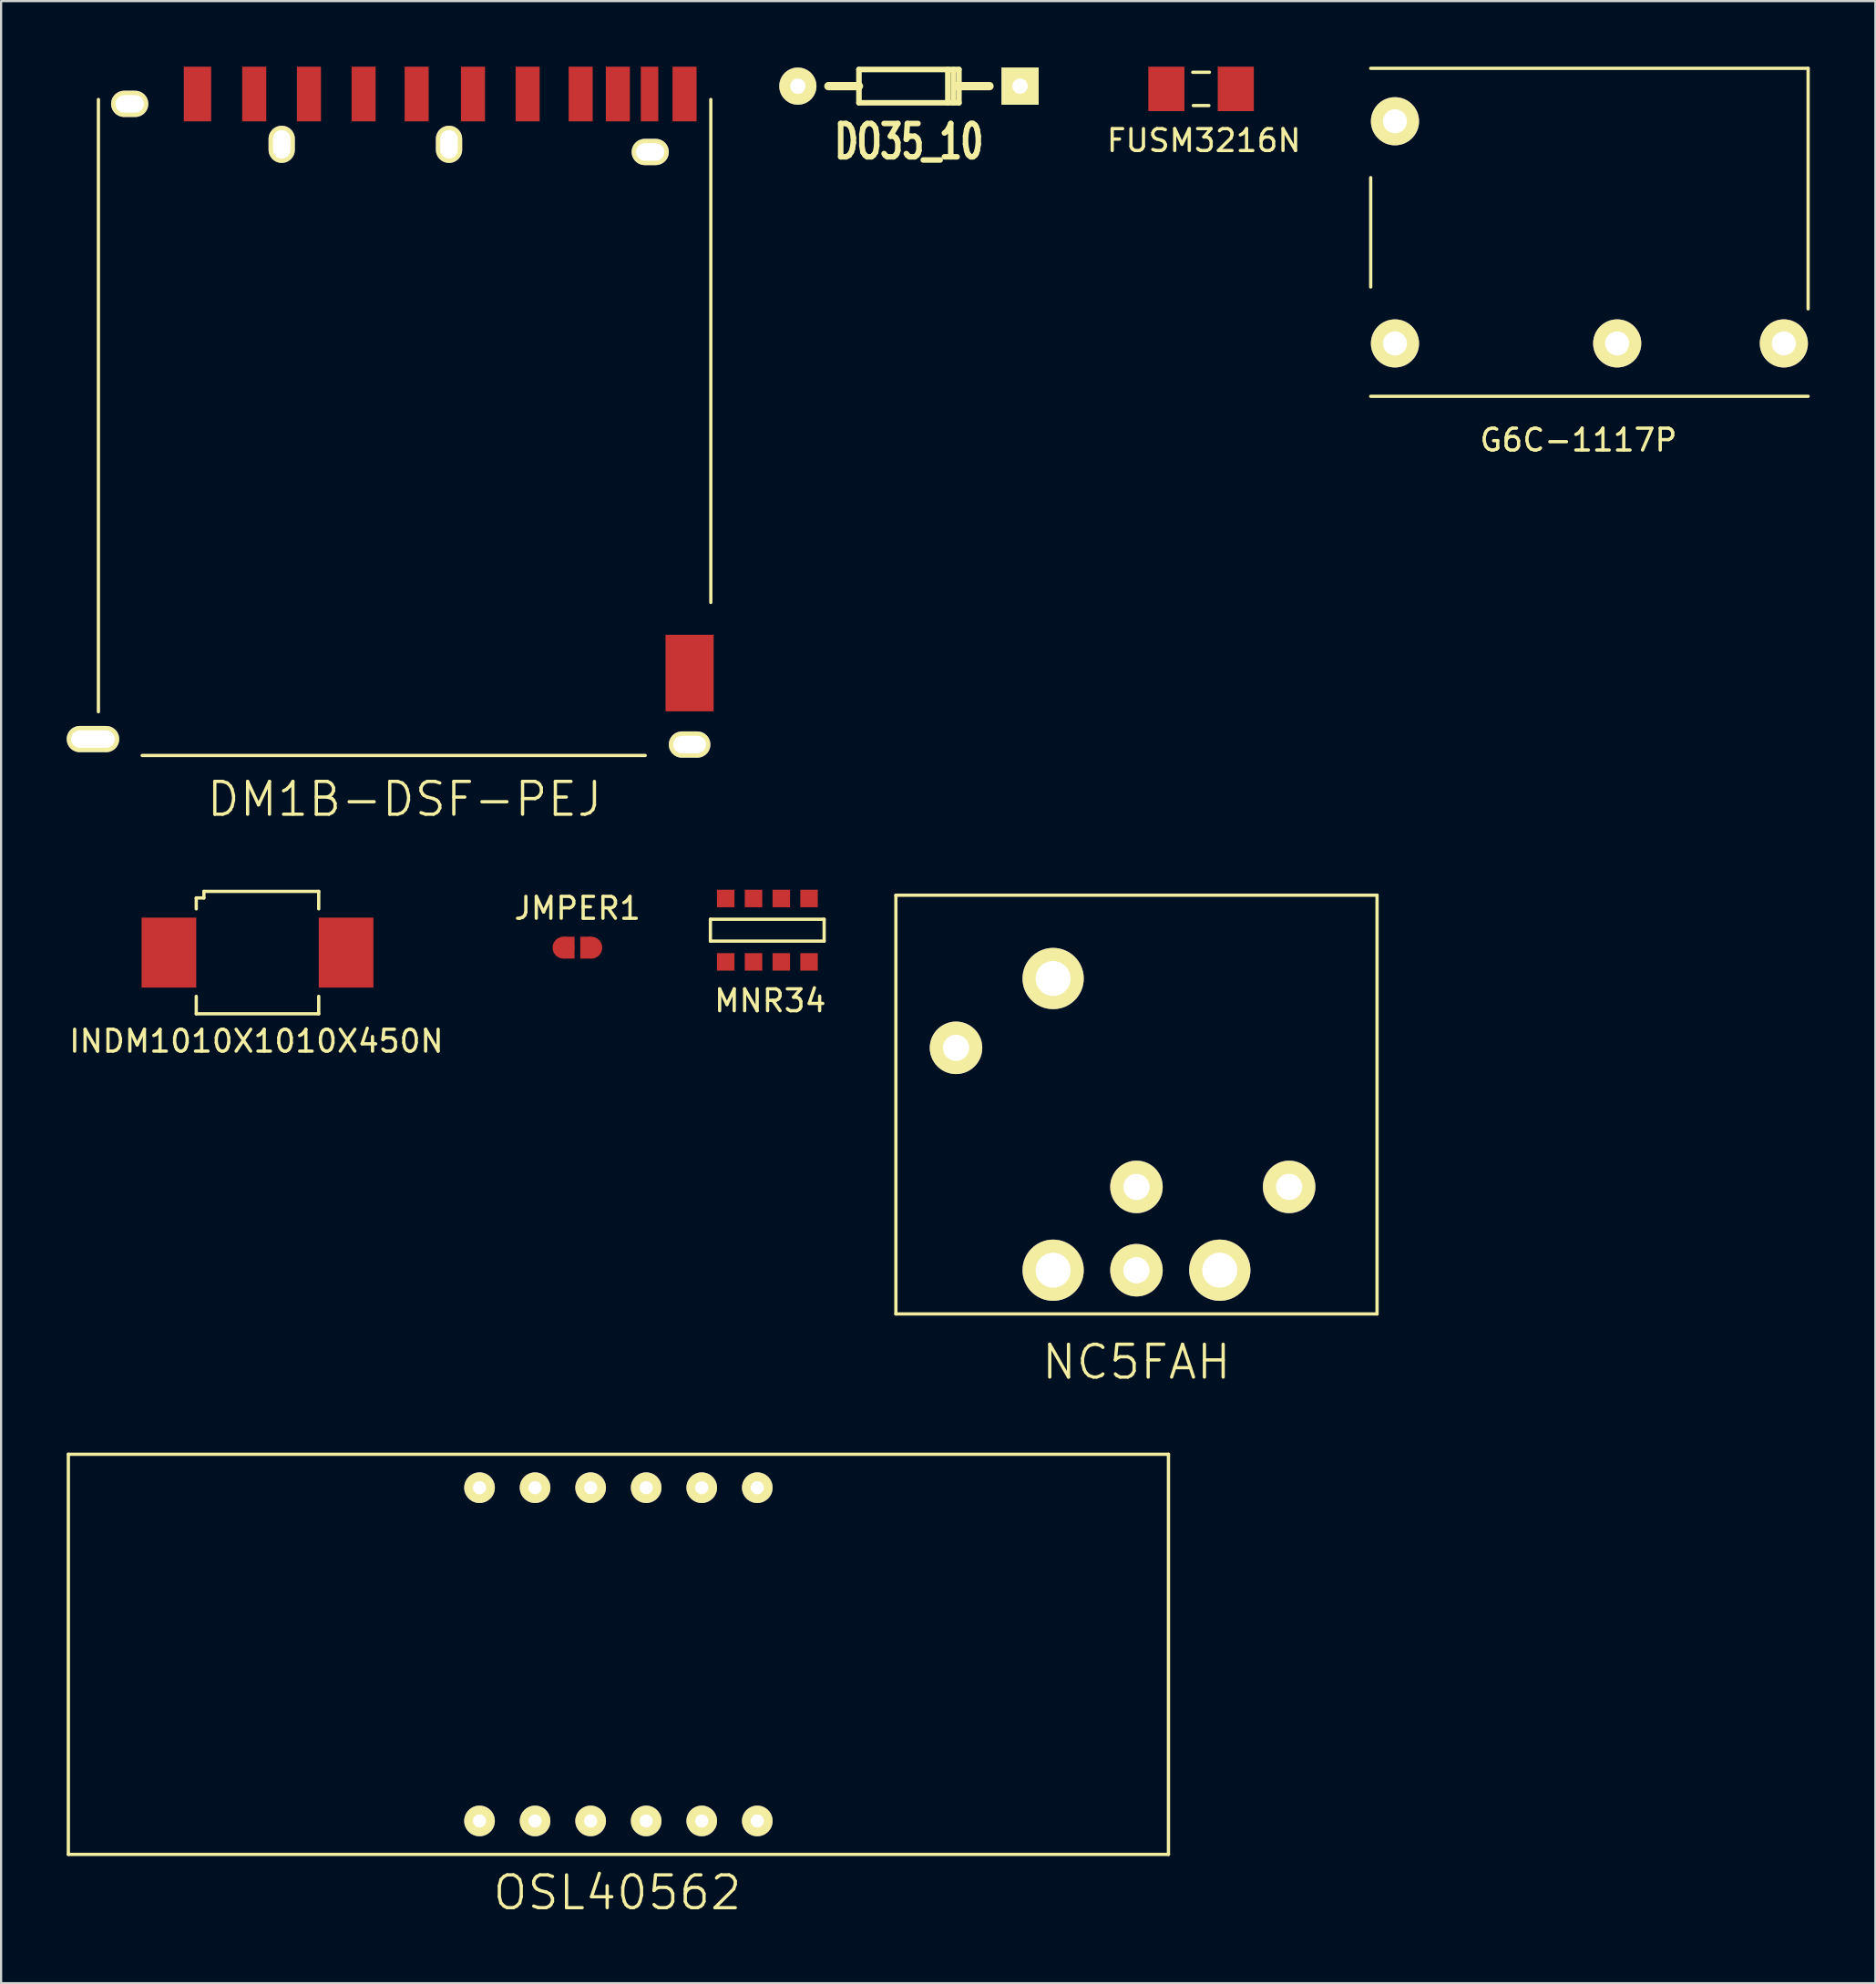
<source format=kicad_pcb>
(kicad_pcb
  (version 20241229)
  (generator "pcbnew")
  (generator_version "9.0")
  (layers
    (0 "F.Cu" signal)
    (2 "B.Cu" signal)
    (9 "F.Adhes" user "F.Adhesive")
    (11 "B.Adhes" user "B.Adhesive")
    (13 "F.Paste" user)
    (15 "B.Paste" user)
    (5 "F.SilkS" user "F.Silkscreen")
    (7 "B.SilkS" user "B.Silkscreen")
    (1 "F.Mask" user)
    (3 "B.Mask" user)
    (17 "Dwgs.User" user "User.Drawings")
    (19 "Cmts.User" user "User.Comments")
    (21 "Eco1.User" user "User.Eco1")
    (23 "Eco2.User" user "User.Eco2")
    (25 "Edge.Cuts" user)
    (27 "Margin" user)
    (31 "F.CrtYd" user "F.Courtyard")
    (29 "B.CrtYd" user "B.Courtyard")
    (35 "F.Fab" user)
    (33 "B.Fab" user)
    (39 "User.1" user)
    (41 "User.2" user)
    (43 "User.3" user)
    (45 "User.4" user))
  (footprint "DM1B-DSF-PEJ"
    (layer "F.Cu")
    (at 15.45 17)
    (property "Reference" "DM1B-DSF-PEJ" (at 0 16.5 0) (layer "F.SilkS") (effects (font (size 1.5 1.5) (thickness 0.15))))
    (attr through_hole)
    (fp_line (start -14 -15.5) (end -14 12.5) (stroke (width 0.15) (type solid)) (layer "F.SilkS"))
    (fp_line (start -12 14.5) (end 11 14.5) (stroke (width 0.15) (type solid)) (layer "F.SilkS"))
    (fp_line (start 14 7.5) (end 14 -15.5) (stroke (width 0.15) (type solid)) (layer "F.SilkS"))
    (pad "" thru_hole oval (at -14.25 13.75 90) (size 1.2 2.4) (drill oval 0.8 2) (layers "*.Cu" "*.Mask" "F.SilkS"))
    (pad "" thru_hole oval (at -12.57 -15.3 90) (size 1.2 1.7) (drill oval 0.8 1.3) (layers "*.Cu" "*.Mask" "F.SilkS"))
    (pad "" thru_hole oval (at -5.62 -13.45) (size 1.2 1.7) (drill oval 0.8 1.3) (layers "*.Cu" "*.Mask" "F.SilkS"))
    (pad "" thru_hole oval (at 2.03 -13.45) (size 1.2 1.7) (drill oval 0.8 1.3) (layers "*.Cu" "*.Mask" "F.SilkS"))
    (pad "" thru_hole oval (at 11.23 -13.1 90) (size 1.2 1.7) (drill oval 0.8 1.3) (layers "*.Cu" "*.Mask" "F.SilkS"))
    (pad "" thru_hole oval (at 13.03 14 90) (size 1.2 1.9) (drill oval 0.8 1.5) (layers "*.Cu" "*.Mask" "F.SilkS"))
    (pad "1" smd rect (at -6.875 -15.75) (size 1.1 2.5) (layers "F.Cu" "F.Mask" "F.Paste"))
    (pad "2" smd rect (at -4.375 -15.75) (size 1.1 2.5) (layers "F.Cu" "F.Mask" "F.Paste"))
    (pad "3" smd rect (at -1.875 -15.75) (size 1.1 2.5) (layers "F.Cu" "F.Mask" "F.Paste"))
    (pad "4" smd rect (at 0.55 -15.75) (size 1.1 2.5) (layers "F.Cu" "F.Mask" "F.Paste"))
    (pad "5" smd rect (at 3.126 -15.75) (size 1.1 2.5) (layers "F.Cu" "F.Mask" "F.Paste"))
    (pad "6" smd rect (at 5.625 -15.75) (size 1.1 2.5) (layers "F.Cu" "F.Mask" "F.Paste"))
    (pad "7" smd rect (at 8.05 -15.75) (size 1.1 2.5) (layers "F.Cu" "F.Mask" "F.Paste"))
    (pad "8" smd rect (at 9.75 -15.75) (size 1.1 2.5) (layers "F.Cu" "F.Mask" "F.Paste"))
    (pad "9" smd rect (at -9.47 -15.75) (size 1.25 2.5) (layers "F.Cu" "F.Mask" "F.Paste"))
    (pad "10" smd rect (at 11.2 -15.75) (size 0.8 2.5) (layers "F.Cu" "F.Mask" "F.Paste"))
    (pad "11" smd rect (at 12.8 -15.75) (size 1.1 2.5) (layers "F.Cu" "F.Mask" "F.Paste"))
    (pad "12" smd rect (at 13.03 10.73) (size 2.2 3.5) (layers "F.Cu" "F.Mask" "F.Paste")))
  (footprint "JMPER1"
    (layer "F.Cu")
    (at 23.351 40.289)
    (property "Reference" "JMPER1" (at 0 -1.8 0) (layer "F.SilkS") (effects (font (size 1 1) (thickness 0.15))))
    (attr through_hole)
    (pad "1" smd oval (at -0.635 0) (size 1 1) (layers "F.Cu" "F.Mask" "F.Paste"))
    (pad "1" smd rect (at -0.381 0) (size 0.5 1) (layers "F.Cu" "F.Mask" "F.Paste"))
    (pad "2" smd rect (at 0.381 0) (size 0.5 1) (layers "F.Cu" "F.Mask" "F.Paste"))
    (pad "2" smd oval (at 0.635 0) (size 1 1) (layers "F.Cu" "F.Mask" "F.Paste")))
  (footprint "DO35_10"
    (layer "F.Cu")
    (at 38.51 0.889)
    (property "Reference" "DO35_10" (at 0 2.54 0) (layer "F.SilkS") (effects (font (size 1.524 1.016) (thickness 0.254))))
    (attr through_hole)
    (fp_line (start -2.286 -0.762) (end 2.286 -0.762) (stroke (width 0.254) (type solid)) (layer "F.SilkS"))
    (fp_line (start -2.286 0) (end -3.683 0) (stroke (width 0.381) (type solid)) (layer "F.SilkS"))
    (fp_line (start -2.286 0.762) (end -2.286 -0.762) (stroke (width 0.254) (type solid)) (layer "F.SilkS"))
    (fp_line (start 1.778 -0.762) (end 1.778 0.762) (stroke (width 0.254) (type solid)) (layer "F.SilkS"))
    (fp_line (start 2.032 -0.762) (end 2.032 0.762) (stroke (width 0.254) (type solid)) (layer "F.SilkS"))
    (fp_line (start 2.159 0) (end 3.683 0) (stroke (width 0.381) (type solid)) (layer "F.SilkS"))
    (fp_line (start 2.286 -0.762) (end 2.286 0) (stroke (width 0.254) (type solid)) (layer "F.SilkS"))
    (fp_line (start 2.286 0) (end 2.286 0.762) (stroke (width 0.254) (type solid)) (layer "F.SilkS"))
    (fp_line (start 2.286 0.762) (end -2.286 0.762) (stroke (width 0.254) (type solid)) (layer "F.SilkS"))
    (pad "1" thru_hole circle (at -5.08 0) (size 1.7 1.7) (drill 0.7) (layers "*.Cu" "*.Mask" "F.SilkS"))
    (pad "2" thru_hole rect (at 5.08 0) (size 1.7 1.7) (drill 0.7) (layers "*.Cu" "*.Mask" "F.SilkS")))
  (footprint "G6C-1117P"
    (layer "F.Cu")
    (at 69.622 7.575)
    (property "Reference" "G6C-1117P" (at -0.5 9.5 0) (layer "F.SilkS") (effects (font (size 1 1) (thickness 0.15))))
    (attr through_hole)
    (fp_line (start -10 -7.5) (end 10 -7.5) (stroke (width 0.15) (type solid)) (layer "F.SilkS"))
    (fp_line (start -10 -2.5) (end -10 2.5) (stroke (width 0.15) (type solid)) (layer "F.SilkS"))
    (fp_line (start -10 7.5) (end 10 7.5) (stroke (width 0.15) (type solid)) (layer "F.SilkS"))
    (fp_line (start 10 -7.5) (end 10 3.5) (stroke (width 0.15) (type solid)) (layer "F.SilkS"))
    (pad "1" thru_hole circle (at -8.89 5.08) (size 2.2 2.2) (drill 1.1) (layers "*.Cu" "*.Mask" "F.SilkS"))
    (pad "3" thru_hole circle (at 1.27 5.08) (size 2.2 2.2) (drill 1.1) (layers "*.Cu" "*.Mask" "F.SilkS"))
    (pad "4" thru_hole circle (at 8.89 5.08) (size 2.2 2.2) (drill 1.1) (layers "*.Cu" "*.Mask" "F.SilkS"))
    (pad "8" thru_hole circle (at -8.89 -5.08) (size 2.2 2.2) (drill 1.1) (layers "*.Cu" "*.Mask" "F.SilkS")))
  (footprint "FUSM3216N"
    (layer "F.Cu")
    (at 51.867 1.016)
    (property "Reference" "FUSM3216N" (at 0.127 2.362 0) (layer "F.SilkS") (effects (font (size 1 1) (thickness 0.15))))
    (attr through_hole)
    (fp_line (start -0.381 -0.762) (end 0.381 -0.762) (stroke (width 0.15) (type solid)) (layer "F.SilkS"))
    (fp_line (start -0.356 0.762) (end 0.356 0.762) (stroke (width 0.15) (type solid)) (layer "F.SilkS"))
    (pad "1" smd rect (at -1.587 0) (size 1.651 2.032) (layers "F.Cu" "F.Mask" "F.Paste"))
    (pad "2" smd rect (at 1.587 0) (size 1.651 2.032) (layers "F.Cu" "F.Mask" "F.Paste")))
  (footprint "INDM1010X1010X450N"
    (layer "F.Cu")
    (at 8.723 40.515)
    (property "Reference" "INDM1010X1010X450N" (at -0.05 4.05 0) (layer "F.SilkS") (effects (font (size 1 1) (thickness 0.15))))
    (attr through_hole)
    (fp_line (start -2.8 -2.5) (end -2.8 -2) (stroke (width 0.15) (type solid)) (layer "F.SilkS"))
    (fp_line (start -2.8 -2.5) (end -2.45 -2.5) (stroke (width 0.15) (type solid)) (layer "F.SilkS"))
    (fp_line (start -2.8 2.8) (end -2.8 2) (stroke (width 0.15) (type solid)) (layer "F.SilkS"))
    (fp_line (start -2.8 2.8) (end 2.8 2.8) (stroke (width 0.15) (type solid)) (layer "F.SilkS"))
    (fp_line (start -2.45 -2.8) (end 2.8 -2.8) (stroke (width 0.15) (type solid)) (layer "F.SilkS"))
    (fp_line (start -2.45 -2.5) (end -2.45 -2.8) (stroke (width 0.15) (type solid)) (layer "F.SilkS"))
    (fp_line (start 2.8 -2.8) (end 2.8 -2) (stroke (width 0.15) (type solid)) (layer "F.SilkS"))
    (fp_line (start 2.8 2.8) (end 2.8 2) (stroke (width 0.15) (type solid)) (layer "F.SilkS"))
    (pad "1" smd rect (at -4.05 0) (size 2.5 3.2) (layers "F.Cu" "F.Mask" "F.Paste"))
    (pad "2" smd rect (at 4.05 0) (size 2.5 3.2) (layers "F.Cu" "F.Mask" "F.Paste")))
  (footprint "NC5FAH"
    (layer "F.Cu")
    (at 48.912 37.89)
    (property "Reference" "NC5FAH" (at 0 21.35 0) (layer "F.SilkS") (effects (font (size 1.5 1.5) (thickness 0.15))))
    (attr through_hole)
    (fp_line (start -11 0) (end -11 19.15) (stroke (width 0.15) (type solid)) (layer "F.SilkS"))
    (fp_line (start -11 0) (end 11 0) (stroke (width 0.15) (type solid)) (layer "F.SilkS"))
    (fp_line (start -11 19.15) (end 11 19.15) (stroke (width 0.15) (type solid)) (layer "F.SilkS"))
    (fp_line (start 11 19.15) (end 11 0) (stroke (width 0.15) (type solid)) (layer "F.SilkS"))
    (pad "1" thru_hole circle (at -3.81 17.15) (size 2.8 2.8) (drill 1.6) (layers "*.Cu" "*.Mask" "F.SilkS"))
    (pad "2" thru_hole circle (at 0 13.34) (size 2.4 2.4) (drill 1.2) (layers "*.Cu" "*.Mask" "F.SilkS"))
    (pad "3" thru_hole circle (at 0 17.15) (size 2.4 2.4) (drill 1.2) (layers "*.Cu" "*.Mask" "F.SilkS"))
    (pad "4" thru_hole circle (at 6.98 13.34) (size 2.4 2.4) (drill 1.2) (layers "*.Cu" "*.Mask" "F.SilkS"))
    (pad "5" thru_hole circle (at 3.81 17.15) (size 2.8 2.8) (drill 1.6) (layers "*.Cu" "*.Mask" "F.SilkS"))
    (pad "6" thru_hole circle (at -8.25 6.98) (size 2.4 2.4) (drill 1.2) (layers "*.Cu" "*.Mask" "F.SilkS"))
    (pad "7" thru_hole circle (at -3.81 3.81) (size 2.8 2.8) (drill 1.6) (layers "*.Cu" "*.Mask" "F.SilkS")))
  (footprint "MNR34"
    (layer "F.Cu")
    (at 32.032 39.49)
    (property "Reference" "MNR34" (at 0.132 3.228 0) (layer "F.SilkS") (effects (font (size 1 1) (thickness 0.15))))
    (attr through_hole)
    (fp_line (start -2.6 -0.5) (end 2.6 -0.5) (stroke (width 0.15) (type solid)) (layer "F.SilkS"))
    (fp_line (start -2.6 0.5) (end -2.6 -0.5) (stroke (width 0.15) (type solid)) (layer "F.SilkS"))
    (fp_line (start 2.6 -0.5) (end 2.6 0.5) (stroke (width 0.15) (type solid)) (layer "F.SilkS"))
    (fp_line (start 2.6 0.5) (end -2.6 0.5) (stroke (width 0.15) (type solid)) (layer "F.SilkS"))
    (pad "1" smd rect (at -1.9 1.45) (size 0.8 0.8) (layers "F.Cu" "F.Mask" "F.Paste"))
    (pad "2" smd rect (at -0.63 1.45) (size 0.8 0.8) (layers "F.Cu" "F.Mask" "F.Paste"))
    (pad "3" smd rect (at 0.64 1.45) (size 0.8 0.8) (layers "F.Cu" "F.Mask" "F.Paste"))
    (pad "4" smd rect (at 1.91 1.45) (size 0.8 0.8) (layers "F.Cu" "F.Mask" "F.Paste"))
    (pad "5" smd rect (at 1.91 -1.45) (size 0.8 0.8) (layers "F.Cu" "F.Mask" "F.Paste"))
    (pad "6" smd rect (at 0.64 -1.45) (size 0.8 0.8) (layers "F.Cu" "F.Mask" "F.Paste"))
    (pad "7" smd rect (at -0.63 -1.45) (size 0.8 0.8) (layers "F.Cu" "F.Mask" "F.Paste"))
    (pad "8" smd rect (at -1.9 -1.45) (size 0.8 0.8) (layers "F.Cu" "F.Mask" "F.Paste")))
  (footprint "OSL40562"
    (layer "F.Cu")
    (at 25.225 72.606)
    (property "Reference" "OSL40562" (at -0.05 10.9 0) (layer "F.SilkS") (effects (font (size 1.5 1.5) (thickness 0.15))))
    (attr through_hole)
    (fp_line (start -25.15 -9.15) (end -25.15 9.15) (stroke (width 0.15) (type solid)) (layer "F.SilkS"))
    (fp_line (start -25.15 -9.15) (end 25.15 -9.15) (stroke (width 0.15) (type solid)) (layer "F.SilkS"))
    (fp_line (start -25.15 9.15) (end 25.15 9.15) (stroke (width 0.15) (type solid)) (layer "F.SilkS"))
    (fp_line (start 25.15 -9.15) (end 25.15 9.15) (stroke (width 0.15) (type solid)) (layer "F.SilkS"))
    (pad "1" thru_hole circle (at -6.35 7.62) (size 1.4 1.4) (drill 0.6) (layers "*.Cu" "*.Mask" "F.SilkS"))
    (pad "2" thru_hole circle (at -3.81 7.62) (size 1.4 1.4) (drill 0.6) (layers "*.Cu" "*.Mask" "F.SilkS"))
    (pad "3" thru_hole circle (at -1.27 7.62) (size 1.4 1.4) (drill 0.6) (layers "*.Cu" "*.Mask" "F.SilkS"))
    (pad "4" thru_hole circle (at 1.27 7.62) (size 1.4 1.4) (drill 0.6) (layers "*.Cu" "*.Mask" "F.SilkS"))
    (pad "5" thru_hole circle (at 3.81 7.62) (size 1.4 1.4) (drill 0.6) (layers "*.Cu" "*.Mask" "F.SilkS"))
    (pad "6" thru_hole circle (at 6.35 7.62) (size 1.4 1.4) (drill 0.6) (layers "*.Cu" "*.Mask" "F.SilkS"))
    (pad "7" thru_hole circle (at 6.35 -7.62) (size 1.4 1.4) (drill 0.6) (layers "*.Cu" "*.Mask" "F.SilkS"))
    (pad "8" thru_hole circle (at 3.81 -7.62) (size 1.4 1.4) (drill 0.6) (layers "*.Cu" "*.Mask" "F.SilkS"))
    (pad "9" thru_hole circle (at 1.27 -7.62) (size 1.4 1.4) (drill 0.6) (layers "*.Cu" "*.Mask" "F.SilkS"))
    (pad "10" thru_hole circle (at -1.27 -7.62) (size 1.4 1.4) (drill 0.6) (layers "*.Cu" "*.Mask" "F.SilkS"))
    (pad "11" thru_hole circle (at -3.81 -7.62) (size 1.4 1.4) (drill 0.6) (layers "*.Cu" "*.Mask" "F.SilkS"))
    (pad "12" thru_hole circle (at -6.35 -7.62) (size 1.4 1.4) (drill 0.6) (layers "*.Cu" "*.Mask" "F.SilkS")))
  (gr_rect
    (start -3 -3)
    (end 82.697 87.647)
    (stroke (width 0.1) (type default))
    (fill no)
    (layer "Edge.Cuts")))
</source>
